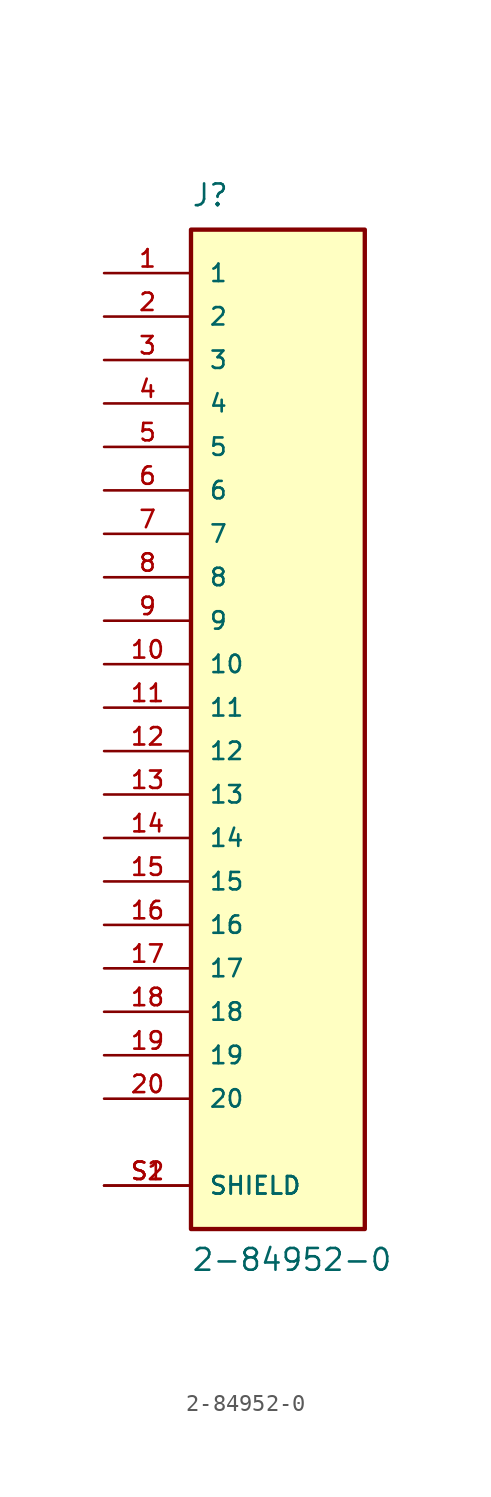
<source format=kicad_sym>
(kicad_symbol_lib
  (version 20211014)
  (generator kicad_symbol_editor)
  (symbol "2-84952-0"
    (pin_names
      (offset 1.016))
    (property "Reference" "J"
      (at -5.08 29.21 0)
      (effects (font (size 1.27 1.27)) (justify bottom left)))
    (property "Value" "2-84952-0"
      (at -5.08 -33.02 0)
      (effects (font (size 1.27 1.27)) (justify bottom left)))
    (symbol "2-84952-0_0_0"
      (rectangle (start -5.08 -30.48) (end 5.08 27.94) (stroke (width 0.254)) (fill (type background)))
      (pin passive line (at -10.16 25.4 0) (length 5.08) (name "1" (effects (font (size 1.016 1.016)))) (number "1" (effects (font (size 1.016 1.016)))))
      (pin passive line (at -10.16 22.86 0) (length 5.08) (name "2" (effects (font (size 1.016 1.016)))) (number "2" (effects (font (size 1.016 1.016)))))
      (pin passive line (at -10.16 20.32 0) (length 5.08) (name "3" (effects (font (size 1.016 1.016)))) (number "3" (effects (font (size 1.016 1.016)))))
      (pin passive line (at -10.16 17.78 0) (length 5.08) (name "4" (effects (font (size 1.016 1.016)))) (number "4" (effects (font (size 1.016 1.016)))))
      (pin passive line (at -10.16 15.24 0) (length 5.08) (name "5" (effects (font (size 1.016 1.016)))) (number "5" (effects (font (size 1.016 1.016)))))
      (pin passive line (at -10.16 12.7 0) (length 5.08) (name "6" (effects (font (size 1.016 1.016)))) (number "6" (effects (font (size 1.016 1.016)))))
      (pin passive line (at -10.16 -27.94 0) (length 5.08) (name "SHIELD" (effects (font (size 1.016 1.016)))) (number "S1" (effects (font (size 1.016 1.016)))))
      (pin passive line (at -10.16 -27.94 0) (length 5.08) (name "SHIELD" (effects (font (size 1.016 1.016)))) (number "S2" (effects (font (size 1.016 1.016)))))
      (pin passive line (at -10.16 10.16 0) (length 5.08) (name "7" (effects (font (size 1.016 1.016)))) (number "7" (effects (font (size 1.016 1.016)))))
      (pin passive line (at -10.16 7.62 0) (length 5.08) (name "8" (effects (font (size 1.016 1.016)))) (number "8" (effects (font (size 1.016 1.016)))))
      (pin passive line (at -10.16 5.08 0) (length 5.08) (name "9" (effects (font (size 1.016 1.016)))) (number "9" (effects (font (size 1.016 1.016)))))
      (pin passive line (at -10.16 2.54 0) (length 5.08) (name "10" (effects (font (size 1.016 1.016)))) (number "10" (effects (font (size 1.016 1.016)))))
      (pin passive line (at -10.16 0.0 0) (length 5.08) (name "11" (effects (font (size 1.016 1.016)))) (number "11" (effects (font (size 1.016 1.016)))))
      (pin passive line (at -10.16 -2.54 0) (length 5.08) (name "12" (effects (font (size 1.016 1.016)))) (number "12" (effects (font (size 1.016 1.016)))))
      (pin passive line (at -10.16 -5.08 0) (length 5.08) (name "13" (effects (font (size 1.016 1.016)))) (number "13" (effects (font (size 1.016 1.016)))))
      (pin passive line (at -10.16 -7.62 0) (length 5.08) (name "14" (effects (font (size 1.016 1.016)))) (number "14" (effects (font (size 1.016 1.016)))))
      (pin passive line (at -10.16 -10.16 0) (length 5.08) (name "15" (effects (font (size 1.016 1.016)))) (number "15" (effects (font (size 1.016 1.016)))))
      (pin passive line (at -10.16 -12.7 0) (length 5.08) (name "16" (effects (font (size 1.016 1.016)))) (number "16" (effects (font (size 1.016 1.016)))))
      (pin passive line (at -10.16 -15.24 0) (length 5.08) (name "17" (effects (font (size 1.016 1.016)))) (number "17" (effects (font (size 1.016 1.016)))))
      (pin passive line (at -10.16 -17.78 0) (length 5.08) (name "18" (effects (font (size 1.016 1.016)))) (number "18" (effects (font (size 1.016 1.016)))))
      (pin passive line (at -10.16 -20.32 0) (length 5.08) (name "19" (effects (font (size 1.016 1.016)))) (number "19" (effects (font (size 1.016 1.016)))))
      (pin passive line (at -10.16 -22.86 0) (length 5.08) (name "20" (effects (font (size 1.016 1.016)))) (number "20" (effects (font (size 1.016 1.016))))))))
</source>
